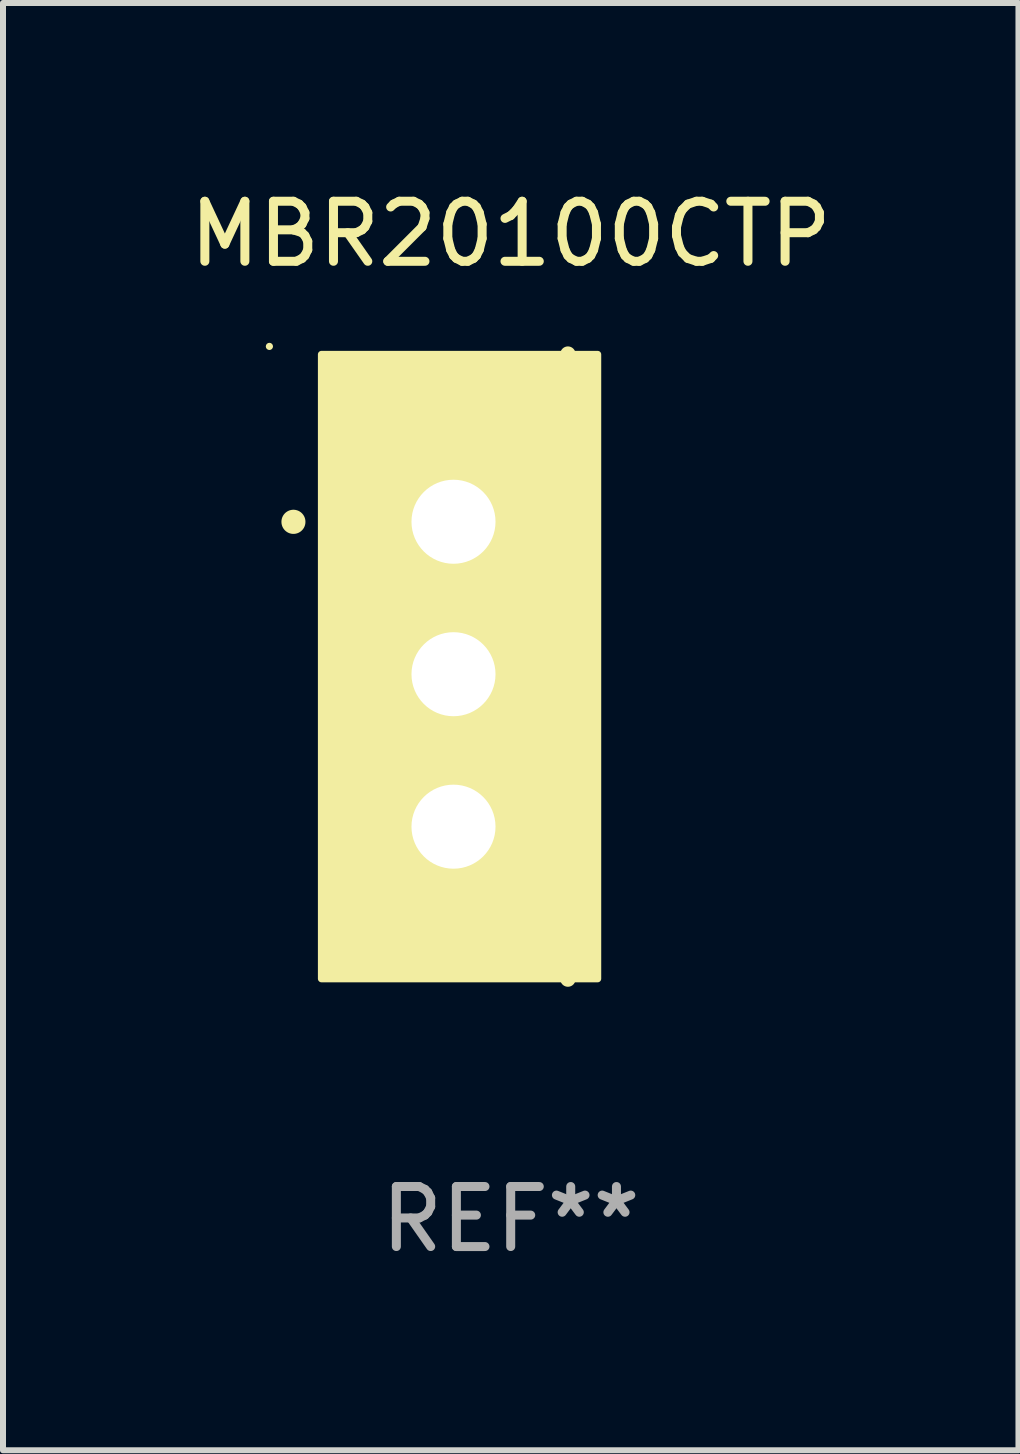
<source format=kicad_pcb>
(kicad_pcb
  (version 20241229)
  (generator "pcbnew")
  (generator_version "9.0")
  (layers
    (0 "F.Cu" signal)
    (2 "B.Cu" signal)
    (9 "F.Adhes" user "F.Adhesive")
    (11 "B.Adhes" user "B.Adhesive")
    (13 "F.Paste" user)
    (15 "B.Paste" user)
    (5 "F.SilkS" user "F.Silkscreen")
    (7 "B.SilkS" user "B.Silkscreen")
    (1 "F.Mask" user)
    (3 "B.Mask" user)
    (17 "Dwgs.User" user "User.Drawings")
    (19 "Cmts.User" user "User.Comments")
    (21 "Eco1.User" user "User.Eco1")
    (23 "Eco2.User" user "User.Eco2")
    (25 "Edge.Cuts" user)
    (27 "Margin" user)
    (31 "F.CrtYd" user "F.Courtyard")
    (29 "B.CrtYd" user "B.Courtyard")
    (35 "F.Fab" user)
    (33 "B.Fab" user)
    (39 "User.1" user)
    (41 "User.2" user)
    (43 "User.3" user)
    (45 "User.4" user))
  (footprint "MBR20100CTP"
    (layer "F.Cu")
    (at 5.458 8.055)
    (property "Reference" "MBR20100CTP" (at 0 -7.207 0) (layer "F.SilkS") (effects (font (size 1 1) (thickness 0.15))))
    (attr through_hole)
    (fp_line (start 0.953 5.207) (end 0.953 -5.207) (stroke (width 0.254) (type solid)) (layer "F.SilkS"))
    (fp_arc (start -3.619507 -2.410465) (mid -3.619511 -2.411735) (end -3.619507 -2.413005) (stroke (width 0.4) (type solid)) (layer "F.SilkS"))
    (fp_circle (center -4.02 -5.334) (end -3.99 -5.334) (stroke (width 0.06) (type solid)) (fill no) (layer "F.SilkS"))
    (fp_poly (pts (xy -3.152 -5.2) (xy 1.448 -5.2) (xy 1.448 5.2) (xy -3.152 5.2)) (stroke (width 0.12) (type solid)) (fill yes) (layer "F.SilkS"))
    (fp_text user "REF**" (at 0 9.207 0) (layer "F.Fab") (effects (font (size 1 1) (thickness 0.15))))
    (pad "1" thru_hole rect (at -0.953 -2.413 270) (size 2 2.5) (drill 1.4) (layers "*.Cu" "*.Mask"))
    (pad "2" thru_hole oval (at -0.953 0.127 270) (size 2 2.5) (drill 1.4) (layers "*.Cu" "*.Mask"))
    (pad "3" thru_hole oval (at -0.953 2.667 270) (size 2 2.5) (drill 1.4) (layers "*.Cu" "*.Mask")))
  (gr_rect
    (start -3 -3)
    (end 13.917 21.111)
    (stroke (width 0.1) (type default))
    (fill no)
    (layer "Edge.Cuts")))
</source>
